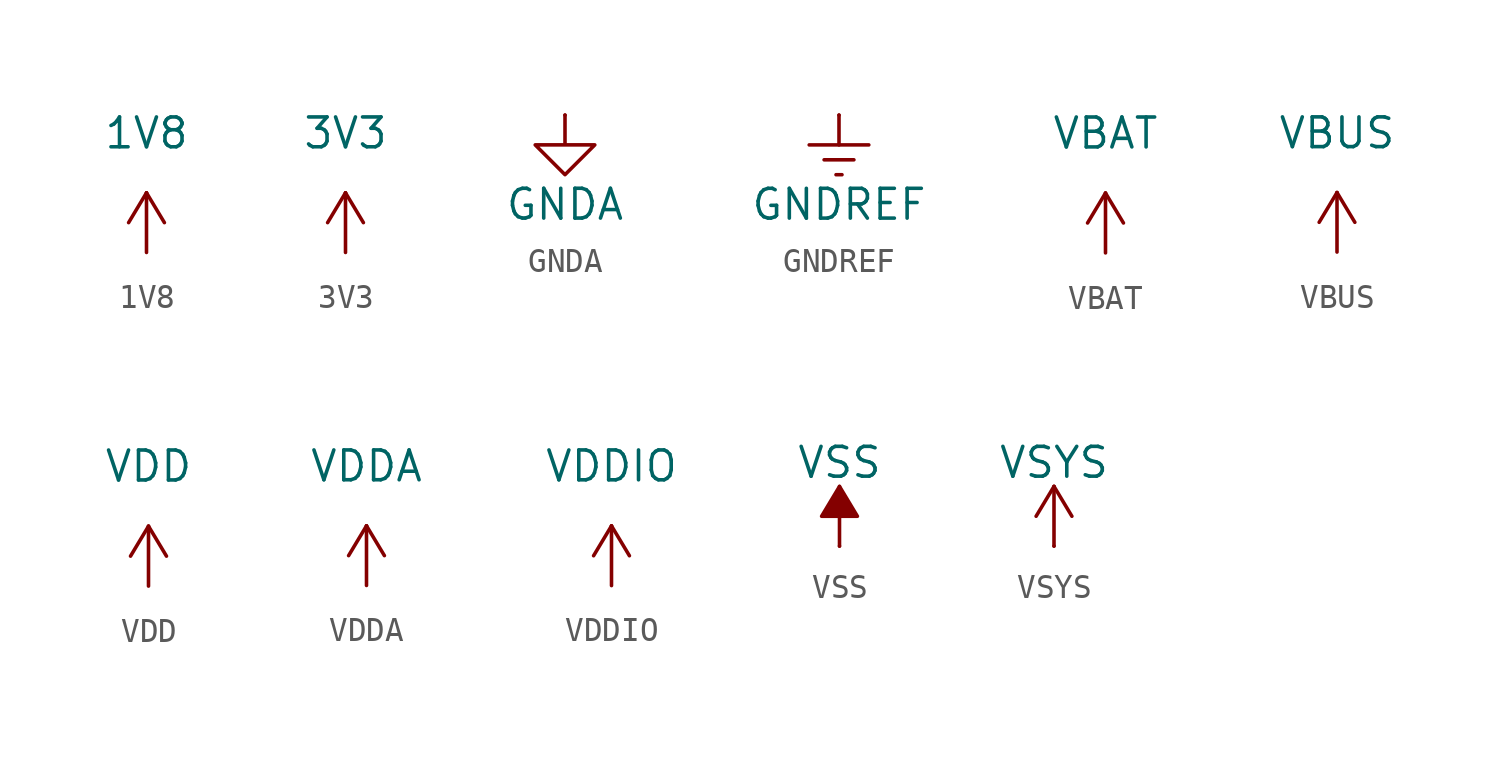
<source format=kicad_sym>
(kicad_symbol_lib
  (version 20241209)
  (generator "kicad_symbol_editor")
  (generator_version "9.0")
  (symbol "1V8"
    (power)
    (property "Reference" "#PWR"
      (at 0 0 0)
      (effects (font (size 1.27 1.27)) (hide yes)))
    (property "Value" "1V8"
      (at 0 5.08 0)
      (effects (font (size 1.27 1.27))))
    (symbol "1V8_0_1"
      (polyline (pts (xy -0.762 1.27) (xy 0 2.54)) (stroke (width 0) (type default)) (fill (type none)))
      (polyline (pts (xy 0 2.54) (xy 0.762 1.27)) (stroke (width 0) (type default)) (fill (type none))))
    (symbol "1V8_1_1"
      (pin power_in line (at 0 0 90) (length 2.54) (name "" (effects (font (size 1.27 1.27)))) (number "" (effects (font (size 1.27 1.27)))))))
  (symbol "3V3"
    (power)
    (property "Reference" "#PWR"
      (at 0 0 0)
      (effects (font (size 1.27 1.27)) (hide yes)))
    (property "Value" "3V3"
      (at 0 5.08 0)
      (effects (font (size 1.27 1.27))))
    (symbol "3V3_0_1"
      (polyline (pts (xy -0.762 1.27) (xy 0 2.54)) (stroke (width 0) (type default)) (fill (type none)))
      (polyline (pts (xy 0 2.54) (xy 0.762 1.27)) (stroke (width 0) (type default)) (fill (type none))))
    (symbol "3V3_1_1"
      (pin power_in line (at 0 0 90) (length 2.54) (name "" (effects (font (size 1.27 1.27)))) (number "" (effects (font (size 1.27 1.27)))))))
  (symbol "GNDA"
    (power)
    (pin_numbers
      (hide yes))
    (pin_names
      (offset 0)
      (hide yes))
    (property "Reference" "#PWR"
      (at 0 -6.35 0)
      (effects (font (size 1.27 1.27)) (hide yes)))
    (property "Value" "GNDA"
      (at 0 -3.81 0)
      (effects (font (size 1.27 1.27))))
    (symbol "GNDA_0_1"
      (polyline (pts (xy 0 0) (xy 0 -1.27) (xy 1.27 -1.27) (xy 0 -2.54) (xy -1.27 -1.27) (xy 0 -1.27)) (stroke (width 0) (type default)) (fill (type none))))
    (symbol "GNDA_1_1"
      (pin power_in line (at 0 0 270) (length 0) (name "~" (effects (font (size 1.27 1.27)))) (number "1" (effects (font (size 1.27 1.27)))))))
  (symbol "GNDREF"
    (power)
    (pin_numbers
      (hide yes))
    (pin_names
      (offset 0)
      (hide yes))
    (property "Reference" "#PWR"
      (at 0 -6.35 0)
      (effects (font (size 1.27 1.27)) (hide yes)))
    (property "Value" "GNDREF"
      (at 0 -3.81 0)
      (effects (font (size 1.27 1.27))))
    (symbol "GNDREF_0_1"
      (polyline (pts (xy -0.635 -1.905) (xy 0.635 -1.905)) (stroke (width 0) (type default)) (fill (type none)))
      (polyline (pts (xy -0.127 -2.54) (xy 0.127 -2.54)) (stroke (width 0) (type default)) (fill (type none)))
      (polyline (pts (xy 0 -1.27) (xy 0 0)) (stroke (width 0) (type default)) (fill (type none)))
      (polyline (pts (xy 1.27 -1.27) (xy -1.27 -1.27)) (stroke (width 0) (type default)) (fill (type none))))
    (symbol "GNDREF_1_1"
      (pin power_in line (at 0 0 270) (length 0) (name "~" (effects (font (size 1.27 1.27)))) (number "1" (effects (font (size 1.27 1.27)))))))
  (symbol "VBAT"
    (power)
    (property "Reference" "#PWR"
      (at 0 0 0)
      (effects (font (size 1.27 1.27)) (hide yes)))
    (property "Value" "VBAT"
      (at 0 5.08 0)
      (effects (font (size 1.27 1.27))))
    (symbol "VBAT_0_1"
      (polyline (pts (xy -0.762 1.27) (xy 0 2.54)) (stroke (width 0) (type default)) (fill (type none)))
      (polyline (pts (xy 0 2.54) (xy 0.762 1.27)) (stroke (width 0) (type default)) (fill (type none))))
    (symbol "VBAT_1_1"
      (pin power_in line (at 0 0 90) (length 2.54) (name "" (effects (font (size 1.27 1.27)))) (number "" (effects (font (size 1.27 1.27)))))))
  (symbol "VBUS"
    (power)
    (property "Reference" "#PWR"
      (at 0 0 0)
      (effects (font (size 1.27 1.27)) (hide yes)))
    (property "Value" "VBUS"
      (at 0 5.08 0)
      (effects (font (size 1.27 1.27))))
    (symbol "VBUS_0_1"
      (polyline (pts (xy -0.762 1.27) (xy 0 2.54)) (stroke (width 0) (type default)) (fill (type none)))
      (polyline (pts (xy 0 2.54) (xy 0.762 1.27)) (stroke (width 0) (type default)) (fill (type none))))
    (symbol "VBUS_1_1"
      (pin power_in line (at 0 0 90) (length 2.54) (name "" (effects (font (size 1.27 1.27)))) (number "" (effects (font (size 1.27 1.27)))))))
  (symbol "VDD"
    (power)
    (property "Reference" "#PWR"
      (at 0 0 0)
      (effects (font (size 1.27 1.27)) (hide yes)))
    (property "Value" "VDD"
      (at 0 5.08 0)
      (effects (font (size 1.27 1.27))))
    (symbol "VDD_0_1"
      (polyline (pts (xy -0.762 1.27) (xy 0 2.54)) (stroke (width 0) (type default)) (fill (type none)))
      (polyline (pts (xy 0 2.54) (xy 0.762 1.27)) (stroke (width 0) (type default)) (fill (type none))))
    (symbol "VDD_1_1"
      (pin power_in line (at 0 0 90) (length 2.54) (name "" (effects (font (size 1.27 1.27)))) (number "" (effects (font (size 1.27 1.27)))))))
  (symbol "VDDA"
    (power)
    (property "Reference" "#PWR"
      (at 0 0 0)
      (effects (font (size 1.27 1.27)) (hide yes)))
    (property "Value" "VDDA"
      (at 0 5.08 0)
      (effects (font (size 1.27 1.27))))
    (symbol "VDDA_0_1"
      (polyline (pts (xy -0.762 1.27) (xy 0 2.54)) (stroke (width 0) (type default)) (fill (type none)))
      (polyline (pts (xy 0 2.54) (xy 0.762 1.27)) (stroke (width 0) (type default)) (fill (type none))))
    (symbol "VDDA_1_1"
      (pin power_in line (at 0 0 90) (length 2.54) (name "" (effects (font (size 1.27 1.27)))) (number "" (effects (font (size 1.27 1.27)))))))
  (symbol "VDDIO"
    (power)
    (property "Reference" "#PWR"
      (at 0 0 0)
      (effects (font (size 1.27 1.27)) (hide yes)))
    (property "Value" "VDDIO"
      (at 0 5.08 0)
      (effects (font (size 1.27 1.27))))
    (symbol "VDDIO_0_1"
      (polyline (pts (xy -0.762 1.27) (xy 0 2.54)) (stroke (width 0) (type default)) (fill (type none)))
      (polyline (pts (xy 0 2.54) (xy 0.762 1.27)) (stroke (width 0) (type default)) (fill (type none))))
    (symbol "VDDIO_1_1"
      (pin power_in line (at 0 0 90) (length 2.54) (name "" (effects (font (size 1.27 1.27)))) (number "" (effects (font (size 1.27 1.27)))))))
  (symbol "VSS"
    (power)
    (pin_numbers
      (hide yes))
    (pin_names
      (offset 0)
      (hide yes))
    (property "Reference" "#PWR"
      (at 0 -3.81 0)
      (effects (font (size 1.27 1.27)) (hide yes)))
    (property "Value" "VSS"
      (at 0 3.556 0)
      (effects (font (size 1.27 1.27))))
    (symbol "VSS_0_1"
      (polyline (pts (xy 0 0) (xy 0 2.54)) (stroke (width 0) (type default)) (fill (type none)))
      (polyline (pts (xy 0.762 1.27) (xy -0.762 1.27) (xy 0 2.54) (xy 0.762 1.27)) (stroke (width 0) (type default)) (fill (type outline))))
    (symbol "VSS_1_1"
      (pin power_in line (at 0 0 90) (length 0) (name "~" (effects (font (size 1.27 1.27)))) (number "1" (effects (font (size 1.27 1.27)))))))
  (symbol "VSYS"
    (power)
    (pin_numbers
      (hide yes))
    (pin_names
      (offset 0)
      (hide yes))
    (property "Reference" "#PWR"
      (at 0 -3.81 0)
      (effects (font (size 1.27 1.27)) (hide yes)))
    (property "Value" "VSYS"
      (at 0 3.556 0)
      (effects (font (size 1.27 1.27))))
    (symbol "VSYS_0_1"
      (polyline (pts (xy -0.762 1.27) (xy 0 2.54)) (stroke (width 0) (type default)) (fill (type none)))
      (polyline (pts (xy 0 2.54) (xy 0.762 1.27)) (stroke (width 0) (type default)) (fill (type none)))
      (polyline (pts (xy 0 0) (xy 0 2.54)) (stroke (width 0) (type default)) (fill (type none))))
    (symbol "VSYS_1_1"
      (pin power_in line (at 0 0 90) (length 0) (name "~" (effects (font (size 1.27 1.27)))) (number "1" (effects (font (size 1.27 1.27))))))))
</source>
